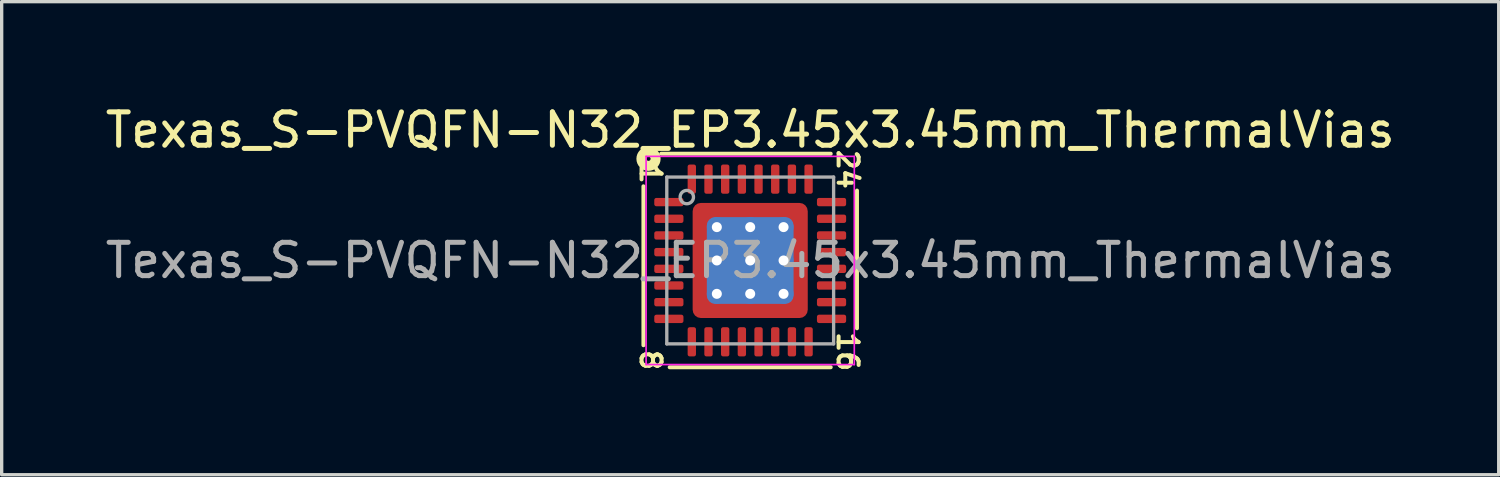
<source format=kicad_pcb>
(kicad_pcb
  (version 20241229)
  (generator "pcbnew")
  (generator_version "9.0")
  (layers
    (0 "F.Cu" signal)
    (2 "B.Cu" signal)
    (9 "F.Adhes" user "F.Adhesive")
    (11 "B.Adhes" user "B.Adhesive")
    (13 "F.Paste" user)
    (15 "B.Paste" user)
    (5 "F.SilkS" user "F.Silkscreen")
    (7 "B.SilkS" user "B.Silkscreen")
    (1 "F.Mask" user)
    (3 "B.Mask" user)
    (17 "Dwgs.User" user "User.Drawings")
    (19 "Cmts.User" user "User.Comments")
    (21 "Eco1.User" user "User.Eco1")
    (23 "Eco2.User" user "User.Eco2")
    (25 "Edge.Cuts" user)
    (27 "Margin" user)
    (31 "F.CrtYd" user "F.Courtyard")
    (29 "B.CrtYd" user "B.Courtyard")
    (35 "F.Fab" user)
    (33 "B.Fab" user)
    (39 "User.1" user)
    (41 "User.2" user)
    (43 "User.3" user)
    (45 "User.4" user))
  (footprint "Texas_S-PVQFN-N32_EP3.45x3.45mm_ThermalVias"
    (layer "F.Cu")
    (at 19.435 4.757)
    (property "Reference" "Texas_S-PVQFN-N32_EP3.45x3.45mm_ThermalVias" (at 0 -3.909 0) (layer "F.SilkS") (effects (font (size 1 1) (thickness 0.15))))
    (attr smd)
    (fp_line (start -3.2 -2.223) (end -3.2 2.54) (stroke (width 0.12) (type solid)) (layer "F.SilkS"))
    (fp_line (start -2.413 3.2) (end 2.413 3.2) (stroke (width 0.12) (type solid)) (layer "F.SilkS"))
    (fp_line (start 2.413 -3.2) (end -2.667 -3.2) (stroke (width 0.12) (type solid)) (layer "F.SilkS"))
    (fp_line (start 3.2 2.032) (end 3.2 -2.095) (stroke (width 0.12) (type solid)) (layer "F.SilkS"))
    (fp_circle (center -3.048 -3.048) (end -2.985 -3.048) (stroke (width 0.3) (type solid)) (fill no) (layer "F.SilkS"))
    (fp_line (start -3.12 -3.12) (end -3.12 3.12) (stroke (width 0.05) (type solid)) (layer "F.CrtYd"))
    (fp_line (start -3.12 3.12) (end 3.12 3.12) (stroke (width 0.05) (type solid)) (layer "F.CrtYd"))
    (fp_line (start 3.12 -3.12) (end -3.12 -3.12) (stroke (width 0.05) (type solid)) (layer "F.CrtYd"))
    (fp_line (start 3.12 3.12) (end 3.12 -3.12) (stroke (width 0.05) (type solid)) (layer "F.CrtYd"))
    (fp_line (start -2.5 -2.5) (end 2.5 -2.5) (stroke (width 0.1) (type solid)) (layer "F.Fab"))
    (fp_line (start -2.5 2.5) (end -2.5 -2.5) (stroke (width 0.1) (type solid)) (layer "F.Fab"))
    (fp_line (start 2.5 -2.5) (end 2.5 2.5) (stroke (width 0.1) (type solid)) (layer "F.Fab"))
    (fp_line (start 2.5 2.5) (end -2.5 2.5) (stroke (width 0.1) (type solid)) (layer "F.Fab"))
    (fp_circle (center -1.9 -1.9) (end -1.7 -1.9) (stroke (width 0.1) (type solid)) (fill no) (layer "F.Fab"))
    (fp_text user "24" (at 2.921 -2.731 270) (unlocked yes) (layer "F.SilkS") (effects (font (size 0.6 0.6) (thickness 0.12))))
    (fp_text user "16" (at 2.921 2.731 270) (unlocked yes) (layer "F.SilkS") (effects (font (size 0.6 0.6) (thickness 0.12))))
    (fp_text user "1" (at -2.985 -2.603 270) (unlocked yes) (layer "F.SilkS") (effects (font (size 0.6 0.6) (thickness 0.12))))
    (fp_text user "8" (at -2.985 2.985 270) (unlocked yes) (layer "F.SilkS") (effects (font (size 0.6 0.6) (thickness 0.12))))
    (fp_text user "${REFERENCE}" (at 0 0 0) (layer "F.Fab") (effects (font (size 1 1) (thickness 0.15))))
    (pad "" smd custom (at -1.363 -1.363) (size 0.484 0.484) (layers "F.Paste") (options (anchor circle)) (primitives (gr_poly (pts (xy 0.192 0.108) (xy 0.108 0.192) (xy -0.192 0.192) (xy -0.192 -0.192) (xy 0.192 -0.192)) (width 0.201) (fill yes))))
    (pad "" smd custom (at -1.363 -0.5) (size 0.503 0.503) (layers "F.Paste") (options (anchor circle)) (primitives (gr_poly (pts (xy 0.21 -0.254) (xy 0.21 0.254) (xy 0.143 0.321) (xy -0.21 0.321) (xy -0.21 -0.321) (xy 0.143 -0.321)) (width 0.164) (fill yes))))
    (pad "" smd custom (at -1.363 0.5) (size 0.503 0.503) (layers "F.Paste") (options (anchor circle)) (primitives (gr_poly (pts (xy 0.21 -0.254) (xy 0.21 0.254) (xy 0.143 0.321) (xy -0.21 0.321) (xy -0.21 -0.321) (xy 0.143 -0.321)) (width 0.164) (fill yes))))
    (pad "" smd custom (at -1.363 1.363) (size 0.484 0.484) (layers "F.Paste") (options (anchor circle)) (primitives (gr_poly (pts (xy 0.192 -0.108) (xy 0.192 0.192) (xy -0.192 0.192) (xy -0.192 -0.192) (xy 0.108 -0.192)) (width 0.201) (fill yes))))
    (pad "" smd custom (at -0.5 -1.363) (size 0.503 0.503) (layers "F.Paste") (options (anchor circle)) (primitives (gr_poly (pts (xy 0.321 0.143) (xy 0.254 0.21) (xy -0.254 0.21) (xy -0.321 0.143) (xy -0.321 -0.21) (xy 0.321 -0.21)) (width 0.164) (fill yes))))
    (pad "" smd roundrect (at -0.5 -0.5) (size 0.806 0.806) (layers "F.Paste") (roundrect_rratio 0.25))
    (pad "" smd roundrect (at -0.5 0.5) (size 0.806 0.806) (layers "F.Paste") (roundrect_rratio 0.25))
    (pad "" smd custom (at -0.5 1.363) (size 0.503 0.503) (layers "F.Paste") (options (anchor circle)) (primitives (gr_poly (pts (xy 0.321 -0.143) (xy 0.321 0.21) (xy -0.321 0.21) (xy -0.321 -0.143) (xy -0.254 -0.21) (xy 0.254 -0.21)) (width 0.164) (fill yes))))
    (pad "" smd custom (at 0.5 -1.363) (size 0.503 0.503) (layers "F.Paste") (options (anchor circle)) (primitives (gr_poly (pts (xy 0.321 0.143) (xy 0.254 0.21) (xy -0.254 0.21) (xy -0.321 0.143) (xy -0.321 -0.21) (xy 0.321 -0.21)) (width 0.164) (fill yes))))
    (pad "" smd roundrect (at 0.5 -0.5) (size 0.806 0.806) (layers "F.Paste") (roundrect_rratio 0.25))
    (pad "" smd roundrect (at 0.5 0.5) (size 0.806 0.806) (layers "F.Paste") (roundrect_rratio 0.25))
    (pad "" smd custom (at 0.5 1.363) (size 0.503 0.503) (layers "F.Paste") (options (anchor circle)) (primitives (gr_poly (pts (xy 0.321 -0.143) (xy 0.321 0.21) (xy -0.321 0.21) (xy -0.321 -0.143) (xy -0.254 -0.21) (xy 0.254 -0.21)) (width 0.164) (fill yes))))
    (pad "" smd custom (at 1.363 -1.363) (size 0.484 0.484) (layers "F.Paste") (options (anchor circle)) (primitives (gr_poly (pts (xy 0.192 0.192) (xy -0.108 0.192) (xy -0.192 0.108) (xy -0.192 -0.192) (xy 0.192 -0.192)) (width 0.201) (fill yes))))
    (pad "" smd custom (at 1.363 -0.5) (size 0.503 0.503) (layers "F.Paste") (options (anchor circle)) (primitives (gr_poly (pts (xy 0.21 0.321) (xy -0.143 0.321) (xy -0.21 0.254) (xy -0.21 -0.254) (xy -0.143 -0.321) (xy 0.21 -0.321)) (width 0.164) (fill yes))))
    (pad "" smd custom (at 1.363 0.5) (size 0.503 0.503) (layers "F.Paste") (options (anchor circle)) (primitives (gr_poly (pts (xy 0.21 0.321) (xy -0.143 0.321) (xy -0.21 0.254) (xy -0.21 -0.254) (xy -0.143 -0.321) (xy 0.21 -0.321)) (width 0.164) (fill yes))))
    (pad "" smd custom (at 1.363 1.363) (size 0.484 0.484) (layers "F.Paste") (options (anchor circle)) (primitives (gr_poly (pts (xy 0.192 0.192) (xy -0.192 0.192) (xy -0.192 -0.108) (xy -0.108 -0.192) (xy 0.192 -0.192)) (width 0.201) (fill yes))))
    (pad "1" smd roundrect (at -2.438 -1.75) (size 0.875 0.25) (layers "F.Cu" "F.Mask" "F.Paste") (roundrect_rratio 0.25))
    (pad "2" smd roundrect (at -2.438 -1.25) (size 0.875 0.25) (layers "F.Cu" "F.Mask" "F.Paste") (roundrect_rratio 0.25))
    (pad "3" smd roundrect (at -2.438 -0.75) (size 0.875 0.25) (layers "F.Cu" "F.Mask" "F.Paste") (roundrect_rratio 0.25))
    (pad "4" smd roundrect (at -2.438 -0.25) (size 0.875 0.25) (layers "F.Cu" "F.Mask" "F.Paste") (roundrect_rratio 0.25))
    (pad "5" smd roundrect (at -2.438 0.25) (size 0.875 0.25) (layers "F.Cu" "F.Mask" "F.Paste") (roundrect_rratio 0.25))
    (pad "6" smd roundrect (at -2.438 0.75) (size 0.875 0.25) (layers "F.Cu" "F.Mask" "F.Paste") (roundrect_rratio 0.25))
    (pad "7" smd roundrect (at -2.438 1.25) (size 0.875 0.25) (layers "F.Cu" "F.Mask" "F.Paste") (roundrect_rratio 0.25))
    (pad "8" smd roundrect (at -2.438 1.75) (size 0.875 0.25) (layers "F.Cu" "F.Mask" "F.Paste") (roundrect_rratio 0.25))
    (pad "9" smd roundrect (at -1.75 2.438) (size 0.25 0.875) (layers "F.Cu" "F.Mask" "F.Paste") (roundrect_rratio 0.25))
    (pad "10" smd roundrect (at -1.25 2.438) (size 0.25 0.875) (layers "F.Cu" "F.Mask" "F.Paste") (roundrect_rratio 0.25))
    (pad "11" smd roundrect (at -0.75 2.438) (size 0.25 0.875) (layers "F.Cu" "F.Mask" "F.Paste") (roundrect_rratio 0.25))
    (pad "12" smd roundrect (at -0.25 2.438) (size 0.25 0.875) (layers "F.Cu" "F.Mask" "F.Paste") (roundrect_rratio 0.25))
    (pad "13" smd roundrect (at 0.25 2.438) (size 0.25 0.875) (layers "F.Cu" "F.Mask" "F.Paste") (roundrect_rratio 0.25))
    (pad "14" smd roundrect (at 0.75 2.438) (size 0.25 0.875) (layers "F.Cu" "F.Mask" "F.Paste") (roundrect_rratio 0.25))
    (pad "15" smd roundrect (at 1.25 2.438) (size 0.25 0.875) (layers "F.Cu" "F.Mask" "F.Paste") (roundrect_rratio 0.25))
    (pad "16" smd roundrect (at 1.75 2.438) (size 0.25 0.875) (layers "F.Cu" "F.Mask" "F.Paste") (roundrect_rratio 0.25))
    (pad "17" smd roundrect (at 2.438 1.75) (size 0.875 0.25) (layers "F.Cu" "F.Mask" "F.Paste") (roundrect_rratio 0.25))
    (pad "18" smd roundrect (at 2.438 1.25) (size 0.875 0.25) (layers "F.Cu" "F.Mask" "F.Paste") (roundrect_rratio 0.25))
    (pad "19" smd roundrect (at 2.438 0.75) (size 0.875 0.25) (layers "F.Cu" "F.Mask" "F.Paste") (roundrect_rratio 0.25))
    (pad "20" smd roundrect (at 2.438 0.25) (size 0.875 0.25) (layers "F.Cu" "F.Mask" "F.Paste") (roundrect_rratio 0.25))
    (pad "21" smd roundrect (at 2.438 -0.25) (size 0.875 0.25) (layers "F.Cu" "F.Mask" "F.Paste") (roundrect_rratio 0.25))
    (pad "22" smd roundrect (at 2.438 -0.75) (size 0.875 0.25) (layers "F.Cu" "F.Mask" "F.Paste") (roundrect_rratio 0.25))
    (pad "23" smd roundrect (at 2.438 -1.25) (size 0.875 0.25) (layers "F.Cu" "F.Mask" "F.Paste") (roundrect_rratio 0.25))
    (pad "24" smd roundrect (at 2.438 -1.75) (size 0.875 0.25) (layers "F.Cu" "F.Mask" "F.Paste") (roundrect_rratio 0.25))
    (pad "25" smd roundrect (at 1.75 -2.438) (size 0.25 0.875) (layers "F.Cu" "F.Mask" "F.Paste") (roundrect_rratio 0.25))
    (pad "26" smd roundrect (at 1.25 -2.438) (size 0.25 0.875) (layers "F.Cu" "F.Mask" "F.Paste") (roundrect_rratio 0.25))
    (pad "27" smd roundrect (at 0.75 -2.438) (size 0.25 0.875) (layers "F.Cu" "F.Mask" "F.Paste") (roundrect_rratio 0.25))
    (pad "28" smd roundrect (at 0.25 -2.438) (size 0.25 0.875) (layers "F.Cu" "F.Mask" "F.Paste") (roundrect_rratio 0.25))
    (pad "29" smd roundrect (at -0.25 -2.438) (size 0.25 0.875) (layers "F.Cu" "F.Mask" "F.Paste") (roundrect_rratio 0.25))
    (pad "30" smd roundrect (at -0.75 -2.438) (size 0.25 0.875) (layers "F.Cu" "F.Mask" "F.Paste") (roundrect_rratio 0.25))
    (pad "31" smd roundrect (at -1.25 -2.438) (size 0.25 0.875) (layers "F.Cu" "F.Mask" "F.Paste") (roundrect_rratio 0.25))
    (pad "32" smd roundrect (at -1.75 -2.438) (size 0.25 0.875) (layers "F.Cu" "F.Mask" "F.Paste") (roundrect_rratio 0.25))
    (pad "33" thru_hole circle (at -1 -1) (size 0.6 0.6) (drill 0.3) (property pad_prop_heatsink) (layers "*.Cu"))
    (pad "33" thru_hole circle (at -1 0) (size 0.6 0.6) (drill 0.3) (property pad_prop_heatsink) (layers "*.Cu"))
    (pad "33" thru_hole circle (at -1 1) (size 0.6 0.6) (drill 0.3) (property pad_prop_heatsink) (layers "*.Cu"))
    (pad "33" thru_hole circle (at 0 -1) (size 0.6 0.6) (drill 0.3) (property pad_prop_heatsink) (layers "*.Cu"))
    (pad "33" thru_hole circle (at 0 0) (size 0.6 0.6) (drill 0.3) (property pad_prop_heatsink) (layers "*.Cu"))
    (pad "33" smd roundrect (at 0 0) (size 2.6 2.6) (layers "B.Cu" "B.Mask") (roundrect_rratio 0.096))
    (pad "33" smd roundrect (at 0 0) (size 3.45 3.45) (layers "F.Cu" "F.Mask") (roundrect_rratio 0.072))
    (pad "33" thru_hole circle (at 0 1) (size 0.6 0.6) (drill 0.3) (property pad_prop_heatsink) (layers "*.Cu"))
    (pad "33" thru_hole circle (at 1 -1) (size 0.6 0.6) (drill 0.3) (property pad_prop_heatsink) (layers "*.Cu"))
    (pad "33" thru_hole circle (at 1 0) (size 0.6 0.6) (drill 0.3) (property pad_prop_heatsink) (layers "*.Cu"))
    (pad "33" thru_hole circle (at 1 1) (size 0.6 0.6) (drill 0.3) (property pad_prop_heatsink) (layers "*.Cu")))
  (gr_rect
    (start -3 -3)
    (end 41.869 11.179)
    (stroke (width 0.1) (type default))
    (fill no)
    (layer "Edge.Cuts")))
</source>
